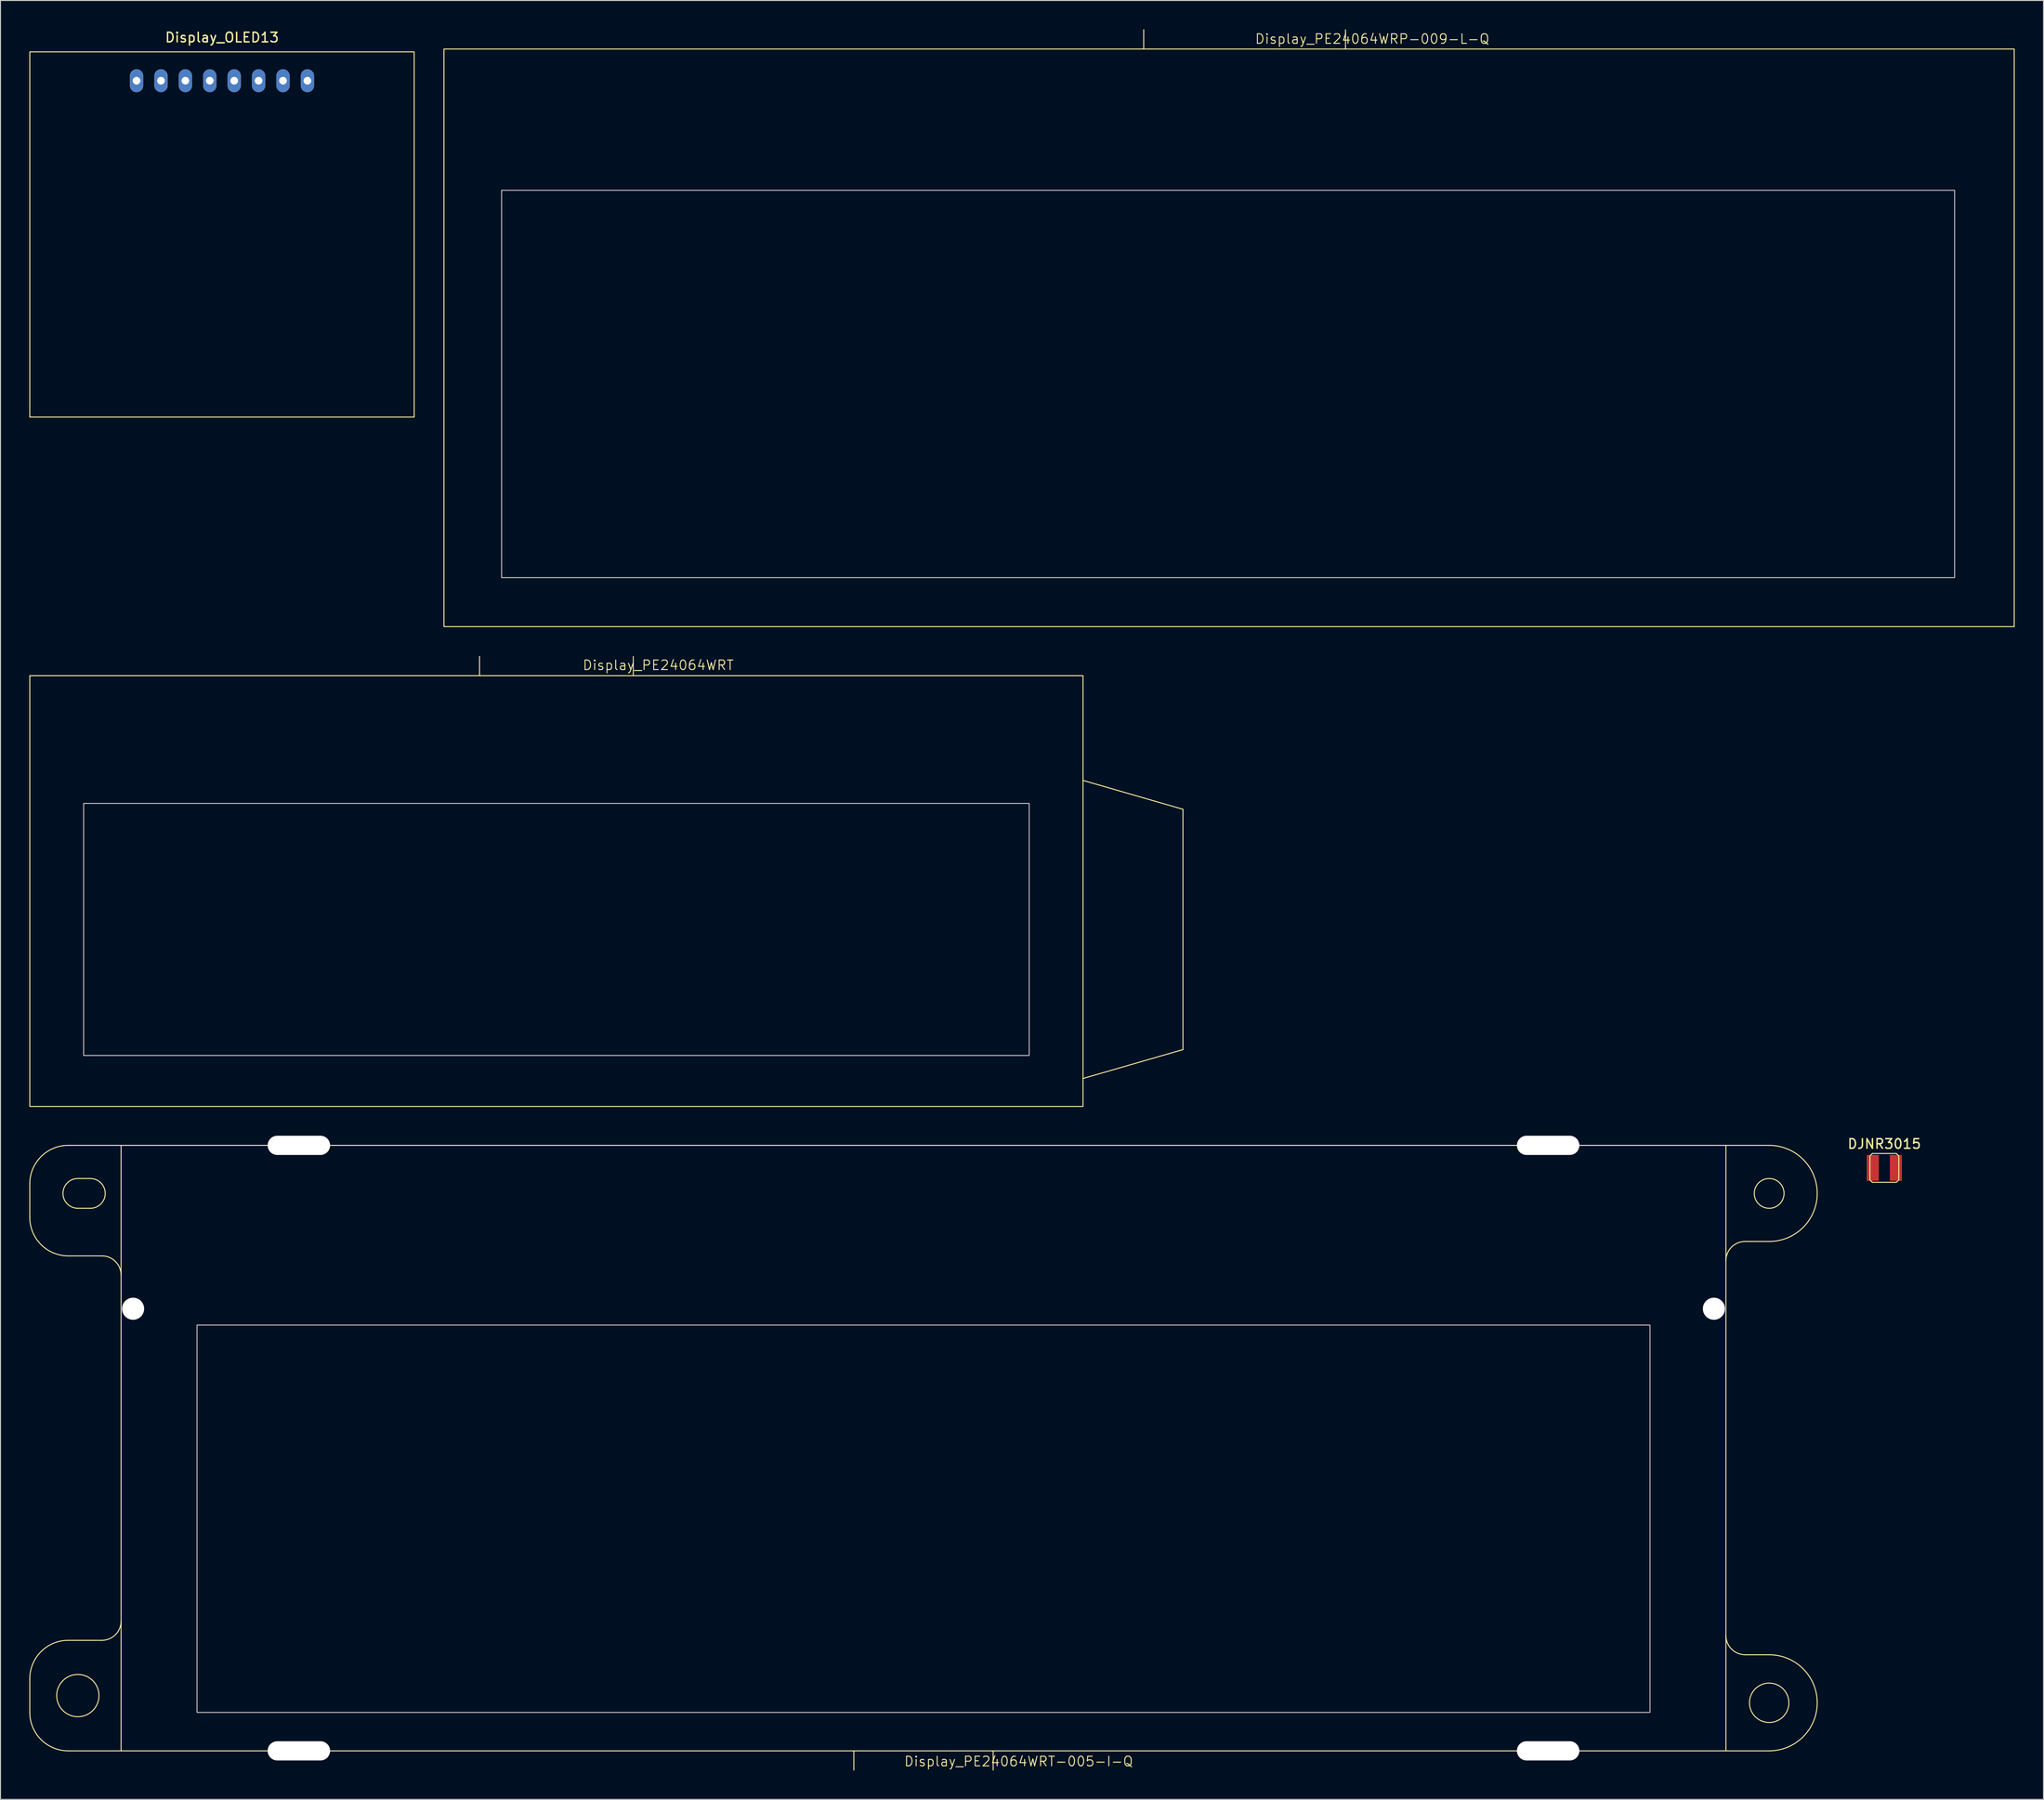
<source format=kicad_pcb>
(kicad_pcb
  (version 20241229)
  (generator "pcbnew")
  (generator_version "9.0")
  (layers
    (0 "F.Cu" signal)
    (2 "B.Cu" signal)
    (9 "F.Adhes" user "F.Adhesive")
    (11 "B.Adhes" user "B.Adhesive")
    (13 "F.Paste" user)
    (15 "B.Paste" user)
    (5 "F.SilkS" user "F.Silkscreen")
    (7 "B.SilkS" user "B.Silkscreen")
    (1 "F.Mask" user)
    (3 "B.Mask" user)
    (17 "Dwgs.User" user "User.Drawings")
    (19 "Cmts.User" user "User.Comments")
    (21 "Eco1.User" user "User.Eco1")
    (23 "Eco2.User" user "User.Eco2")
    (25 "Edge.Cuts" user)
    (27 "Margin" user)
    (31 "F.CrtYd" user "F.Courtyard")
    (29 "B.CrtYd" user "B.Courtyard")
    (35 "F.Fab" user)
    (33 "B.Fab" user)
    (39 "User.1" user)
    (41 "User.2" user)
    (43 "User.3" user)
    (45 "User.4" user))
  (footprint "Display_OLED13"
    (layer "F.Cu")
    (at 20.05 21.348)
    (property "Reference" "Display_OLED13" (at 0 -20.5 0) (unlocked yes) (layer "F.SilkS") (effects (font (size 1 1) (thickness 0.15))))
    (attr through_hole)
    (fp_rect (start -20 -19) (end 20 19) (stroke (width 0.1) (type solid)) (fill no) (layer "F.SilkS"))
    (pad "1" thru_hole oval (at 8.89 -16) (size 1.4 2.4) (drill 0.8) (layers "*.Cu" "*.Mask"))
    (pad "2" thru_hole oval (at 6.35 -16) (size 1.4 2.4) (drill 0.8) (layers "*.Cu" "*.Mask"))
    (pad "3" thru_hole oval (at 3.81 -16) (size 1.4 2.4) (drill 0.8) (layers "*.Cu" "*.Mask"))
    (pad "4" thru_hole oval (at 1.27 -16) (size 1.4 2.4) (drill 0.8) (layers "*.Cu" "*.Mask"))
    (pad "5" thru_hole oval (at -1.27 -16) (size 1.4 2.4) (drill 0.8) (layers "*.Cu" "*.Mask"))
    (pad "6" thru_hole oval (at -3.81 -16) (size 1.4 2.4) (drill 0.8) (layers "*.Cu" "*.Mask"))
    (pad "7" thru_hole oval (at -6.35 -16) (size 1.4 2.4) (drill 0.8) (layers "*.Cu" "*.Mask"))
    (pad "8" thru_hole oval (at -8.89 -16) (size 1.4 2.4) (drill 0.8) (layers "*.Cu" "*.Mask")))
  (footprint "DJNR3015"
    (layer "F.Cu")
    (at 193.035 118.468)
    (property "Reference" "DJNR3015" (at 0 -2.5 0) (layer "F.SilkS") (effects (font (size 1 1) (thickness 0.15))))
    (attr smd)
    (fp_line (start -1.5 -1.25) (end -1.5 1.25) (stroke (width 0.1) (type solid)) (layer "F.SilkS"))
    (fp_line (start -1.5 1.25) (end -1.25 1.5) (stroke (width 0.1) (type solid)) (layer "F.SilkS"))
    (fp_line (start -1.25 -1.5) (end -1.5 -1.25) (stroke (width 0.1) (type solid)) (layer "F.SilkS"))
    (fp_line (start -1.25 1.5) (end 1.25 1.5) (stroke (width 0.1) (type solid)) (layer "F.SilkS"))
    (fp_line (start 1.25 -1.5) (end -1.25 -1.5) (stroke (width 0.1) (type solid)) (layer "F.SilkS"))
    (fp_line (start 1.25 -1.5) (end 1.5 -1.25) (stroke (width 0.1) (type solid)) (layer "F.SilkS"))
    (fp_line (start 1.25 1.5) (end 1.5 1.25) (stroke (width 0.1) (type solid)) (layer "F.SilkS"))
    (fp_line (start 1.5 1.25) (end 1.5 -1.25) (stroke (width 0.1) (type solid)) (layer "F.SilkS"))
    (pad "1" smd rect (at 1.2 0) (size 1.25 2.7) (layers "F.Cu" "F.Mask" "F.Paste"))
    (pad "2" smd rect (at -1.2 0) (size 1.25 2.7) (layers "F.Cu" "F.Mask" "F.Paste")))
  (footprint "Display_PE24064WRP-009-L-Q"
    (layer "F.Cu")
    (at 124.85 32.1)
    (property "Reference" "Display_PE24064WRP-009-L-Q" (at 14.9 -31.1 0) (unlocked yes) (layer "F.SilkS") (effects (font (size 1 1) (thickness 0.1))))
    (attr through_hole)
    (fp_line (start -8.885 -30.05) (end -8.885 -32.05) (stroke (width 0.1) (type default)) (layer "F.SilkS"))
    (fp_line (start 12.115 -30.05) (end 12.115 -32.05) (stroke (width 0.1) (type default)) (layer "F.SilkS"))
    (fp_rect (start -81.7 30.05) (end 81.7 -30.05) (stroke (width 0.1) (type default)) (fill no) (layer "F.SilkS"))
    (fp_rect (start -75.7 24.95) (end 75.5 -15.35) (stroke (width 0.1) (type default)) (fill no) (layer "Dwgs.User")))
  (footprint "Display_PE24064WRT-005-I-Q"
    (layer "F.Cu")
    (at 93.05 147.62)
    (property "Reference" "Display_PE24064WRT-005-I-Q" (at 9.9 32.6 0) (unlocked yes) (layer "F.SilkS") (effects (font (size 1 1) (thickness 0.1))))
    (attr through_hole)
    (fp_line (start -93 -27.5) (end -93 -24) (stroke (width 0.1) (type default)) (layer "F.SilkS"))
    (fp_line (start -93 27.5) (end -93 24) (stroke (width 0.1) (type default)) (layer "F.SilkS"))
    (fp_line (start -89 -20) (end -85.5 -20) (stroke (width 0.1) (type default)) (layer "F.SilkS"))
    (fp_line (start -89 20) (end -85.5 20) (stroke (width 0.1) (type default)) (layer "F.SilkS"))
    (fp_line (start -88 -24.95) (end -86.7 -24.95) (stroke (width 0.1) (type default)) (layer "F.SilkS"))
    (fp_line (start -86.7 -28.05) (end -88 -28.05) (stroke (width 0.1) (type default)) (layer "F.SilkS"))
    (fp_line (start -83.5 -31.5) (end -89 -31.5) (stroke (width 0.1) (type default)) (layer "F.SilkS"))
    (fp_line (start -83.5 31.5) (end -89 31.5) (stroke (width 0.1) (type default)) (layer "F.SilkS"))
    (fp_line (start -7.25 33.5) (end -7.25 31.5) (stroke (width 0.1) (type default)) (layer "F.SilkS"))
    (fp_line (start 7.25 33.5) (end 7.25 31.5) (stroke (width 0.1) (type default)) (layer "F.SilkS"))
    (fp_line (start 83.5 -31.5) (end 88 -31.5) (stroke (width 0.1) (type default)) (layer "F.SilkS"))
    (fp_line (start 83.5 31.5) (end 88 31.5) (stroke (width 0.1) (type default)) (layer "F.SilkS"))
    (fp_line (start 88 -21.5) (end 85.5 -21.5) (stroke (width 0.1) (type default)) (layer "F.SilkS"))
    (fp_line (start 88 21.5) (end 85.5 21.5) (stroke (width 0.1) (type default)) (layer "F.SilkS"))
    (fp_rect (start -83.5 31.5) (end 83.5 -31.5) (stroke (width 0.1) (type default)) (fill no) (layer "F.SilkS"))
    (fp_arc (start -93 -27.5) (mid -91.828427 -30.328427) (end -89 -31.5) (stroke (width 0.1) (type default)) (layer "F.SilkS"))
    (fp_arc (start -93 24) (mid -91.828427 21.171573) (end -89 20) (stroke (width 0.1) (type default)) (layer "F.SilkS"))
    (fp_arc (start -89 -20) (mid -91.828427 -21.171573) (end -93 -24) (stroke (width 0.1) (type default)) (layer "F.SilkS"))
    (fp_arc (start -89 31.5) (mid -91.828427 30.328427) (end -93 27.5) (stroke (width 0.1) (type default)) (layer "F.SilkS"))
    (fp_arc (start -88 -24.95) (mid -89.55 -26.5) (end -88 -28.05) (stroke (width 0.1) (type default)) (layer "F.SilkS"))
    (fp_arc (start -86.7 -28.05) (mid -85.15 -26.5) (end -86.7 -24.95) (stroke (width 0.1) (type default)) (layer "F.SilkS"))
    (fp_arc (start -85.5 -20) (mid -84.085786 -19.414214) (end -83.5 -18) (stroke (width 0.1) (type default)) (layer "F.SilkS"))
    (fp_arc (start -83.5 18) (mid -84.085786 19.414214) (end -85.5 20) (stroke (width 0.1) (type default)) (layer "F.SilkS"))
    (fp_arc (start 83.5 -19.5) (mid 84.085786 -20.914214) (end 85.5 -21.5) (stroke (width 0.1) (type default)) (layer "F.SilkS"))
    (fp_arc (start 85.5 21.5) (mid 84.085786 20.914214) (end 83.5 19.5) (stroke (width 0.1) (type default)) (layer "F.SilkS"))
    (fp_arc (start 88 -31.5) (mid 93 -26.5) (end 88 -21.5) (stroke (width 0.1) (type default)) (layer "F.SilkS"))
    (fp_arc (start 88 21.5) (mid 93 26.5) (end 88 31.5) (stroke (width 0.1) (type default)) (layer "F.SilkS"))
    (fp_circle (center -88 25.75) (end -85.8 25.75) (stroke (width 0.1) (type default)) (fill no) (layer "F.SilkS"))
    (fp_circle (center 88 -26.5) (end 89.55 -26.5) (stroke (width 0.1) (type default)) (fill no) (layer "F.SilkS"))
    (fp_circle (center 88 26.5) (end 90.05 26.5) (stroke (width 0.1) (type default)) (fill no) (layer "F.SilkS"))
    (fp_rect (start -75.6 27.5) (end 75.6 -12.8) (stroke (width 0.1) (type default)) (fill no) (layer "Dwgs.User"))
    (pad "" np_thru_hole circle (at -82.25 -14.5) (size 2.3 2.3) (drill 2.3) (layers "*.Cu" "*.Mask"))
    (pad "" np_thru_hole oval (at -65 -31.5) (size 6.5 2) (drill oval 6.5 2) (layers "*.Cu" "*.Mask"))
    (pad "" np_thru_hole oval (at -65 31.5) (size 6.5 2) (drill oval 6.5 2) (layers "*.Cu" "*.Mask"))
    (pad "" np_thru_hole oval (at 65 -31.5) (size 6.5 2) (drill oval 6.5 2) (layers "*.Cu" "*.Mask"))
    (pad "" np_thru_hole oval (at 65 31.5) (size 6.5 2) (drill oval 6.5 2) (layers "*.Cu" "*.Mask"))
    (pad "" np_thru_hole circle (at 82.25 -14.5) (size 2.3 2.3) (drill 2.3) (layers "*.Cu" "*.Mask")))
  (footprint "Display_PE24064WRT"
    (layer "F.Cu")
    (at 54.85 89.66)
    (property "Reference" "Display_PE24064WRT" (at 10.6 -23.5 0) (unlocked yes) (layer "F.SilkS") (effects (font (size 1 1) (thickness 0.1))))
    (attr through_hole)
    (fp_line (start -8 -22.41) (end -8 -24.41) (stroke (width 0.1) (type default)) (layer "F.SilkS"))
    (fp_line (start 8 -22.41) (end 8 -24.41) (stroke (width 0.1) (type default)) (layer "F.SilkS"))
    (fp_line (start 65.2 -8.505) (end 54.8 -11.51) (stroke (width 0.1) (type default)) (layer "F.SilkS"))
    (fp_line (start 65.2 16.495) (end 54.8 19.5) (stroke (width 0.1) (type default)) (layer "F.SilkS"))
    (fp_line (start 65.2 16.495) (end 65.2 -8.505) (stroke (width 0.1) (type default)) (layer "F.SilkS"))
    (fp_rect (start -54.8 22.41) (end 54.8 -22.41) (stroke (width 0.1) (type default)) (fill no) (layer "F.SilkS"))
    (fp_rect (start -49.195 17.11) (end 49.195 -9.12) (stroke (width 0.1) (type default)) (fill no) (layer "Dwgs.User")))
  (gr_rect
    (start -3 -3)
    (end 209.6 184.17)
    (stroke (width 0.1) (type default))
    (fill no)
    (layer "Edge.Cuts")))
</source>
